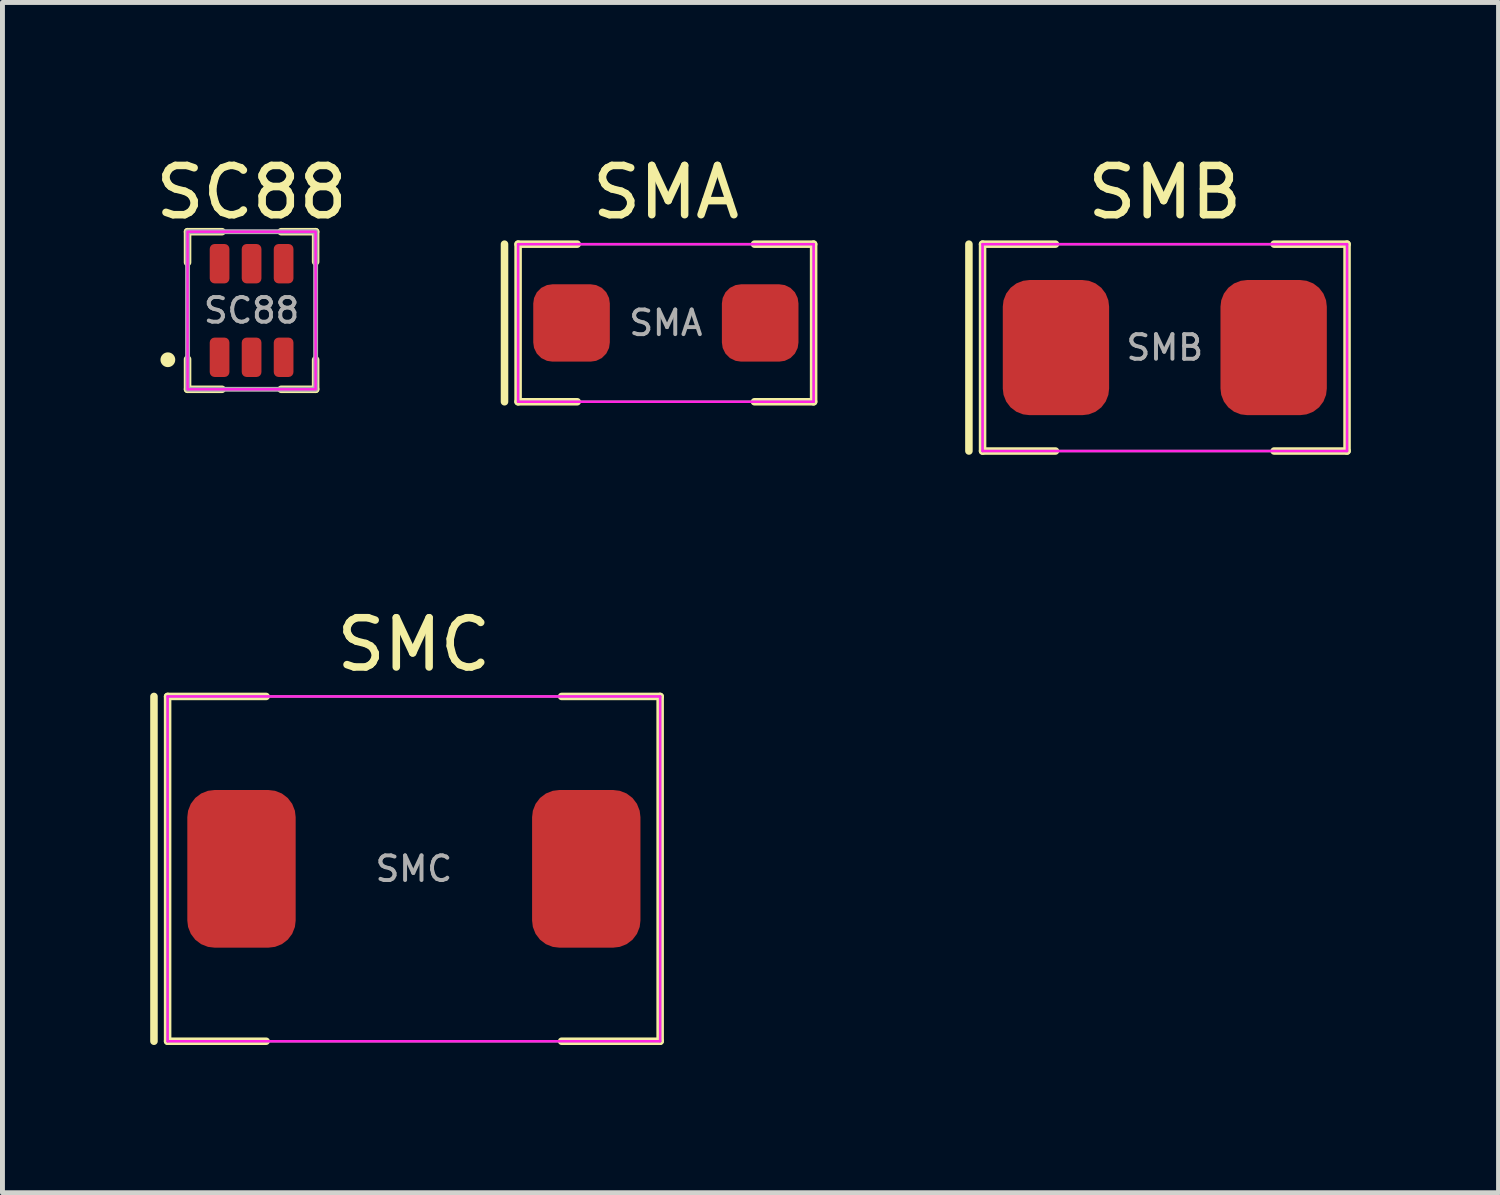
<source format=kicad_pcb>
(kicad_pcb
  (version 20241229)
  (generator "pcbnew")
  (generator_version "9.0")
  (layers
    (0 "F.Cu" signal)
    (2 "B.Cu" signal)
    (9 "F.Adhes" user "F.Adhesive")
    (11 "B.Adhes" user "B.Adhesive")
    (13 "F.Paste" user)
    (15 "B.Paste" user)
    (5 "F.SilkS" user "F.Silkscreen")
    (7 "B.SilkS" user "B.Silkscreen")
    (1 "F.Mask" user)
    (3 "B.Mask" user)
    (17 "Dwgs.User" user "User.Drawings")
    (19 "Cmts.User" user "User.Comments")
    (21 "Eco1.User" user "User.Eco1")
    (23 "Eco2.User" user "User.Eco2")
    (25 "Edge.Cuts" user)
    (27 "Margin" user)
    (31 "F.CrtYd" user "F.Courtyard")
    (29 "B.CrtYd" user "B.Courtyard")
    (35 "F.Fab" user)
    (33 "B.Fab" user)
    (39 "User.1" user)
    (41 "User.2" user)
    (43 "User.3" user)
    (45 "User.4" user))
  (footprint "SC88"
    (layer "F.Cu")
    (at 2.058 3.254)
    (property "Reference" "SC88" (at 0 -2.4 0) (layer "F.SilkS") (effects (font (size 1 1) (thickness 0.153))))
    (attr smd)
    (fp_line (start -1.3 -0.975) (end -1.3 -1.6) (stroke (width 0.153) (type default)) (layer "F.SilkS"))
    (fp_line (start -1.3 0.988) (end -1.3 1.6) (stroke (width 0.153) (type default)) (layer "F.SilkS"))
    (fp_line (start -1.3 1.6) (end -0.6 1.6) (stroke (width 0.153) (type default)) (layer "F.SilkS"))
    (fp_line (start -0.6 -1.6) (end -1.3 -1.6) (stroke (width 0.153) (type default)) (layer "F.SilkS"))
    (fp_line (start 1.3 -1.6) (end 0.6 -1.6) (stroke (width 0.153) (type default)) (layer "F.SilkS"))
    (fp_line (start 1.3 -0.988) (end 1.3 -1.6) (stroke (width 0.153) (type default)) (layer "F.SilkS"))
    (fp_line (start 1.3 1) (end 1.3 1.6) (stroke (width 0.153) (type default)) (layer "F.SilkS"))
    (fp_line (start 1.3 1.6) (end 0.6 1.6) (stroke (width 0.153) (type default)) (layer "F.SilkS"))
    (fp_circle (center -1.7 1) (end -1.6 1) (stroke (width 0.1) (type solid)) (fill yes) (layer "F.SilkS"))
    (fp_rect (start -1.3 -1.6) (end 1.3 1.6) (stroke (width 0.05) (type default)) (fill no) (layer "F.CrtYd"))
    (fp_rect (start -1.3 -1.6) (end 1.3 1.6) (stroke (width 0.1) (type default)) (fill no) (layer "F.Fab"))
    (fp_text user "${REFERENCE}" (at 0 0 0) (layer "F.Fab") (effects (font (size 0.5 0.5) (thickness 0.08))))
    (pad "1" smd roundrect (at -0.65 0.95 180) (size 0.4 0.8) (layers "F.Cu" "F.Mask" "F.Paste") (roundrect_rratio 0.25))
    (pad "2" smd roundrect (at 0 0.95 180) (size 0.4 0.8) (layers "F.Cu" "F.Mask" "F.Paste") (roundrect_rratio 0.25))
    (pad "3" smd roundrect (at 0.65 0.95 180) (size 0.4 0.8) (layers "F.Cu" "F.Mask" "F.Paste") (roundrect_rratio 0.25))
    (pad "4" smd roundrect (at 0.65 -0.95 180) (size 0.4 0.8) (layers "F.Cu" "F.Mask" "F.Paste") (roundrect_rratio 0.25))
    (pad "5" smd roundrect (at 0 -0.95 180) (size 0.4 0.8) (layers "F.Cu" "F.Mask" "F.Paste") (roundrect_rratio 0.25))
    (pad "6" smd roundrect (at -0.65 -0.95 180) (size 0.4 0.8) (layers "F.Cu" "F.Mask" "F.Paste") (roundrect_rratio 0.25)))
  (footprint "SMA"
    (layer "F.Cu")
    (at 10.469 3.507)
    (property "Reference" "SMA" (at 0 -2.653 0) (layer "F.SilkS") (effects (font (size 1 1) (thickness 0.153))))
    (attr smd)
    (fp_line (start -3.276 -1.6) (end -3.276 1.6) (stroke (width 0.153) (type default)) (layer "F.SilkS"))
    (fp_line (start -3 -1.6) (end -3 1.6) (stroke (width 0.153) (type default)) (layer "F.SilkS"))
    (fp_line (start -3 -1.6) (end -1.8 -1.6) (stroke (width 0.153) (type default)) (layer "F.SilkS"))
    (fp_line (start -3 1.6) (end -1.8 1.6) (stroke (width 0.153) (type default)) (layer "F.SilkS"))
    (fp_line (start 3 -1.6) (end 1.8 -1.6) (stroke (width 0.153) (type default)) (layer "F.SilkS"))
    (fp_line (start 3 -1.6) (end 3 1.6) (stroke (width 0.153) (type default)) (layer "F.SilkS"))
    (fp_line (start 3 1.6) (end 1.8 1.6) (stroke (width 0.153) (type default)) (layer "F.SilkS"))
    (fp_line (start -3 -1.6) (end 3 -1.6) (stroke (width 0.05) (type default)) (layer "F.CrtYd"))
    (fp_line (start -3 1.6) (end -3 -1.6) (stroke (width 0.05) (type default)) (layer "F.CrtYd"))
    (fp_line (start 3 -1.6) (end 3 1.6) (stroke (width 0.05) (type default)) (layer "F.CrtYd"))
    (fp_line (start 3 1.6) (end -3 1.6) (stroke (width 0.05) (type default)) (layer "F.CrtYd"))
    (fp_line (start -3 -1.6) (end 3 -1.6) (stroke (width 0.05) (type default)) (layer "F.Fab"))
    (fp_line (start -3 1.6) (end -3 -1.6) (stroke (width 0.05) (type default)) (layer "F.Fab"))
    (fp_line (start 3 -1.6) (end 3 1.6) (stroke (width 0.05) (type default)) (layer "F.Fab"))
    (fp_line (start 3 1.6) (end -3 1.6) (stroke (width 0.05) (type default)) (layer "F.Fab"))
    (fp_text user "${REFERENCE}" (at 0 0 0) (layer "F.Fab") (effects (font (size 0.5 0.5) (thickness 0.08))))
    (pad "A" smd roundrect (at 1.915 0) (size 1.555 1.57) (layers "F.Cu" "F.Mask" "F.Paste") (roundrect_rratio 0.25))
    (pad "C" smd roundrect (at -1.915 0) (size 1.555 1.57) (layers "F.Cu" "F.Mask" "F.Paste") (roundrect_rratio 0.25)))
  (footprint "SMC"
    (layer "F.Cu")
    (at 5.353 14.59)
    (property "Reference" "SMC" (at 0 -4.553 0) (layer "F.SilkS") (effects (font (size 1 1) (thickness 0.153))))
    (attr smd)
    (fp_line (start -5.277 -3.5) (end -5.277 3.5) (stroke (width 0.153) (type default)) (layer "F.SilkS"))
    (fp_line (start -5 -3.5) (end -5 3.5) (stroke (width 0.153) (type default)) (layer "F.SilkS"))
    (fp_line (start -5 -3.5) (end -3 -3.5) (stroke (width 0.153) (type default)) (layer "F.SilkS"))
    (fp_line (start -5 3.5) (end -3 3.5) (stroke (width 0.153) (type default)) (layer "F.SilkS"))
    (fp_line (start 5 -3.5) (end 3 -3.5) (stroke (width 0.153) (type default)) (layer "F.SilkS"))
    (fp_line (start 5 -3.5) (end 5 3.5) (stroke (width 0.153) (type default)) (layer "F.SilkS"))
    (fp_line (start 5 3.5) (end 3 3.5) (stroke (width 0.153) (type default)) (layer "F.SilkS"))
    (fp_line (start -5 -3.5) (end 5 -3.5) (stroke (width 0.05) (type default)) (layer "F.CrtYd"))
    (fp_line (start -5 3.5) (end -5 -3.5) (stroke (width 0.05) (type default)) (layer "F.CrtYd"))
    (fp_line (start 5 -3.5) (end 5 3.5) (stroke (width 0.05) (type default)) (layer "F.CrtYd"))
    (fp_line (start 5 3.5) (end -5 3.5) (stroke (width 0.05) (type default)) (layer "F.CrtYd"))
    (fp_line (start -5 -3.5) (end 5 -3.5) (stroke (width 0.05) (type default)) (layer "F.Fab"))
    (fp_line (start -5 3.5) (end -5 -3.5) (stroke (width 0.05) (type default)) (layer "F.Fab"))
    (fp_line (start 5 -3.5) (end 5 3.5) (stroke (width 0.05) (type default)) (layer "F.Fab"))
    (fp_line (start 5 3.5) (end -5 3.5) (stroke (width 0.05) (type default)) (layer "F.Fab"))
    (fp_text user "${REFERENCE}" (at 0 0 0) (layer "F.Fab") (effects (font (size 0.5 0.5) (thickness 0.08))))
    (pad "A" smd roundrect (at 3.5 0) (size 2.2 3.2) (layers "F.Cu" "F.Mask" "F.Paste") (roundrect_rratio 0.25))
    (pad "C" smd roundrect (at -3.5 0) (size 2.2 3.2) (layers "F.Cu" "F.Mask" "F.Paste") (roundrect_rratio 0.25)))
  (footprint "SMB"
    (layer "F.Cu")
    (at 20.599 4.007)
    (property "Reference" "SMB" (at 0 -3.153 0) (layer "F.SilkS") (effects (font (size 1 1) (thickness 0.153))))
    (attr smd)
    (fp_line (start -3.977 -2.1) (end -3.977 2.1) (stroke (width 0.153) (type default)) (layer "F.SilkS"))
    (fp_line (start -3.7 -2.1) (end -3.7 2.1) (stroke (width 0.153) (type default)) (layer "F.SilkS"))
    (fp_line (start -3.7 -2.1) (end -2.22 -2.1) (stroke (width 0.153) (type default)) (layer "F.SilkS"))
    (fp_line (start -3.7 2.1) (end -2.22 2.1) (stroke (width 0.153) (type default)) (layer "F.SilkS"))
    (fp_line (start 3.7 -2.1) (end 2.22 -2.1) (stroke (width 0.153) (type default)) (layer "F.SilkS"))
    (fp_line (start 3.7 -2.1) (end 3.7 2.1) (stroke (width 0.153) (type default)) (layer "F.SilkS"))
    (fp_line (start 3.7 2.1) (end 2.22 2.1) (stroke (width 0.153) (type default)) (layer "F.SilkS"))
    (fp_line (start -3.7 -2.1) (end 3.7 -2.1) (stroke (width 0.05) (type default)) (layer "F.CrtYd"))
    (fp_line (start -3.7 2.1) (end -3.7 -2.1) (stroke (width 0.05) (type default)) (layer "F.CrtYd"))
    (fp_line (start 3.7 -2.1) (end 3.7 2.1) (stroke (width 0.05) (type default)) (layer "F.CrtYd"))
    (fp_line (start 3.7 2.1) (end -3.7 2.1) (stroke (width 0.05) (type default)) (layer "F.CrtYd"))
    (fp_line (start -3.7 -2.1) (end 3.7 -2.1) (stroke (width 0.05) (type default)) (layer "F.Fab"))
    (fp_line (start -3.7 2.1) (end -3.7 -2.1) (stroke (width 0.05) (type default)) (layer "F.Fab"))
    (fp_line (start 3.7 -2.1) (end 3.7 2.1) (stroke (width 0.05) (type default)) (layer "F.Fab"))
    (fp_line (start 3.7 2.1) (end -3.7 2.1) (stroke (width 0.05) (type default)) (layer "F.Fab"))
    (fp_text user "${REFERENCE}" (at 0 0 0) (layer "F.Fab") (effects (font (size 0.5 0.5) (thickness 0.08))))
    (pad "A" smd roundrect (at 2.21 0) (size 2.159 2.743) (layers "F.Cu" "F.Mask" "F.Paste") (roundrect_rratio 0.25))
    (pad "C" smd roundrect (at -2.21 0) (size 2.159 2.743) (layers "F.Cu" "F.Mask" "F.Paste") (roundrect_rratio 0.25)))
  (gr_rect
    (start -3 -3)
    (end 27.375 21.166)
    (stroke (width 0.1) (type default))
    (fill no)
    (layer "Edge.Cuts")))
</source>
